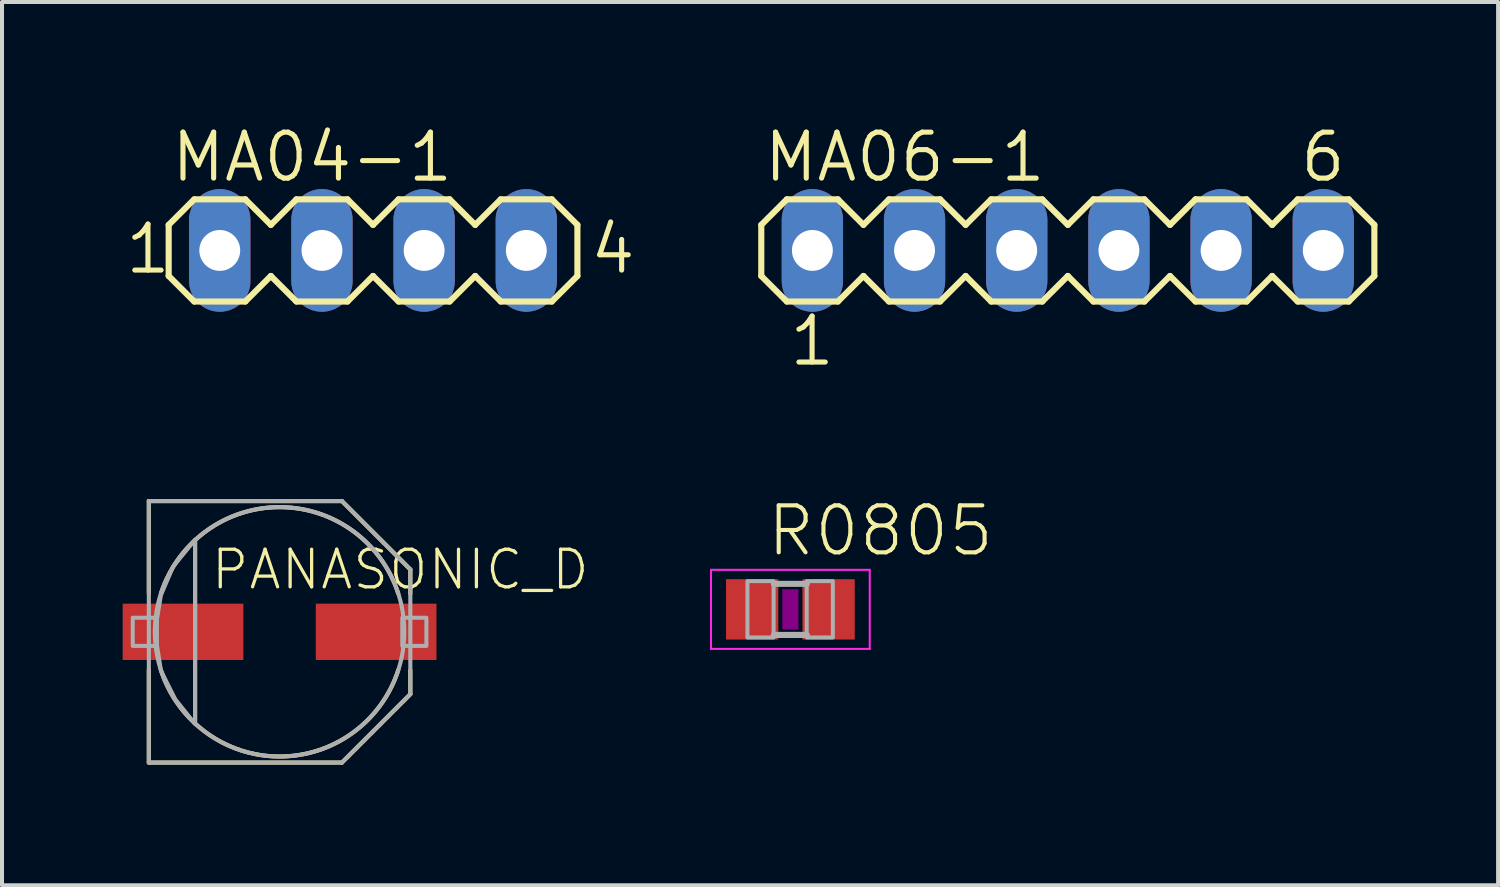
<source format=kicad_pcb>
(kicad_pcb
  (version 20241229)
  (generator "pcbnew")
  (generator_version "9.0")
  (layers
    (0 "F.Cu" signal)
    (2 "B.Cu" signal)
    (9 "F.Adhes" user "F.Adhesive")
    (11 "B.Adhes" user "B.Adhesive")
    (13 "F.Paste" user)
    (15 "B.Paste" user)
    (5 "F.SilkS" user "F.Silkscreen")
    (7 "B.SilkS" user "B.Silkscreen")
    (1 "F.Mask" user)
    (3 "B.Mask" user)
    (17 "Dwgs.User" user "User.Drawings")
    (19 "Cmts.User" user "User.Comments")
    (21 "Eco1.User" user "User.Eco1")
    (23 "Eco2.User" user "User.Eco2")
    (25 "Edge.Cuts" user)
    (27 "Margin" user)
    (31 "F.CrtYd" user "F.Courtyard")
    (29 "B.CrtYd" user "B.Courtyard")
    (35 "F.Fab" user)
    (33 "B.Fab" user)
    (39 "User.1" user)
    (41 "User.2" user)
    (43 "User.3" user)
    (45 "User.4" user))
  (footprint "MA06-1"
    (layer "F.Cu")
    (at 23.494 3.175)
    (property "Reference" "MA06-1" (at -7.62 -1.651 0) (layer "F.SilkS") (effects (font (size 1.143 1.143) (thickness 0.127)) (justify left bottom)))
    (fp_line (start -7.62 -0.635) (end -7.62 0.635) (stroke (width 0.152) (type solid)) (layer "F.SilkS"))
    (fp_line (start -7.62 0.635) (end -6.985 1.27) (stroke (width 0.152) (type solid)) (layer "F.SilkS"))
    (fp_line (start -6.985 -1.27) (end -7.62 -0.635) (stroke (width 0.152) (type solid)) (layer "F.SilkS"))
    (fp_line (start -6.985 -1.27) (end -5.715 -1.27) (stroke (width 0.152) (type solid)) (layer "F.SilkS"))
    (fp_line (start -5.715 -1.27) (end -5.08 -0.635) (stroke (width 0.152) (type solid)) (layer "F.SilkS"))
    (fp_line (start -5.715 1.27) (end -6.985 1.27) (stroke (width 0.152) (type solid)) (layer "F.SilkS"))
    (fp_line (start -5.08 -0.635) (end -4.445 -1.27) (stroke (width 0.152) (type solid)) (layer "F.SilkS"))
    (fp_line (start -5.08 0.635) (end -5.715 1.27) (stroke (width 0.152) (type solid)) (layer "F.SilkS"))
    (fp_line (start -4.445 -1.27) (end -3.175 -1.27) (stroke (width 0.152) (type solid)) (layer "F.SilkS"))
    (fp_line (start -4.445 1.27) (end -5.08 0.635) (stroke (width 0.152) (type solid)) (layer "F.SilkS"))
    (fp_line (start -3.175 -1.27) (end -2.54 -0.635) (stroke (width 0.152) (type solid)) (layer "F.SilkS"))
    (fp_line (start -3.175 1.27) (end -4.445 1.27) (stroke (width 0.152) (type solid)) (layer "F.SilkS"))
    (fp_line (start -2.54 -0.635) (end -1.905 -1.27) (stroke (width 0.152) (type solid)) (layer "F.SilkS"))
    (fp_line (start -2.54 0.635) (end -3.175 1.27) (stroke (width 0.152) (type solid)) (layer "F.SilkS"))
    (fp_line (start -1.905 -1.27) (end -0.635 -1.27) (stroke (width 0.152) (type solid)) (layer "F.SilkS"))
    (fp_line (start -1.905 1.27) (end -2.54 0.635) (stroke (width 0.152) (type solid)) (layer "F.SilkS"))
    (fp_line (start -0.635 -1.27) (end 0 -0.635) (stroke (width 0.152) (type solid)) (layer "F.SilkS"))
    (fp_line (start -0.635 1.27) (end -1.905 1.27) (stroke (width 0.152) (type solid)) (layer "F.SilkS"))
    (fp_line (start 0 0.635) (end -0.635 1.27) (stroke (width 0.152) (type solid)) (layer "F.SilkS"))
    (fp_line (start 0 0.635) (end 0.635 1.27) (stroke (width 0.152) (type solid)) (layer "F.SilkS"))
    (fp_line (start 0.635 -1.27) (end 0 -0.635) (stroke (width 0.152) (type solid)) (layer "F.SilkS"))
    (fp_line (start 0.635 -1.27) (end 1.905 -1.27) (stroke (width 0.152) (type solid)) (layer "F.SilkS"))
    (fp_line (start 1.905 -1.27) (end 2.54 -0.635) (stroke (width 0.152) (type solid)) (layer "F.SilkS"))
    (fp_line (start 1.905 1.27) (end 0.635 1.27) (stroke (width 0.152) (type solid)) (layer "F.SilkS"))
    (fp_line (start 2.54 -0.635) (end 3.175 -1.27) (stroke (width 0.152) (type solid)) (layer "F.SilkS"))
    (fp_line (start 2.54 0.635) (end 1.905 1.27) (stroke (width 0.152) (type solid)) (layer "F.SilkS"))
    (fp_line (start 3.175 -1.27) (end 4.445 -1.27) (stroke (width 0.152) (type solid)) (layer "F.SilkS"))
    (fp_line (start 3.175 1.27) (end 2.54 0.635) (stroke (width 0.152) (type solid)) (layer "F.SilkS"))
    (fp_line (start 4.445 -1.27) (end 5.08 -0.635) (stroke (width 0.152) (type solid)) (layer "F.SilkS"))
    (fp_line (start 4.445 1.27) (end 3.175 1.27) (stroke (width 0.152) (type solid)) (layer "F.SilkS"))
    (fp_line (start 5.08 -0.635) (end 5.715 -1.27) (stroke (width 0.152) (type solid)) (layer "F.SilkS"))
    (fp_line (start 5.08 0.635) (end 4.445 1.27) (stroke (width 0.152) (type solid)) (layer "F.SilkS"))
    (fp_line (start 5.715 -1.27) (end 6.985 -1.27) (stroke (width 0.152) (type solid)) (layer "F.SilkS"))
    (fp_line (start 5.715 1.27) (end 5.08 0.635) (stroke (width 0.152) (type solid)) (layer "F.SilkS"))
    (fp_line (start 6.985 -1.27) (end 7.62 -0.635) (stroke (width 0.152) (type solid)) (layer "F.SilkS"))
    (fp_line (start 6.985 1.27) (end 5.715 1.27) (stroke (width 0.152) (type solid)) (layer "F.SilkS"))
    (fp_line (start 7.62 -0.635) (end 7.62 0.635) (stroke (width 0.152) (type solid)) (layer "F.SilkS"))
    (fp_line (start 7.62 0.635) (end 6.985 1.27) (stroke (width 0.152) (type solid)) (layer "F.SilkS"))
    (fp_poly (pts (xy -6.604 0.254) (xy -6.096 0.254) (xy -6.096 -0.254) (xy -6.604 -0.254)) (stroke (width 0.1) (type solid)) (fill no) (layer "F.Fab"))
    (fp_poly (pts (xy -4.064 0.254) (xy -3.556 0.254) (xy -3.556 -0.254) (xy -4.064 -0.254)) (stroke (width 0.1) (type solid)) (fill no) (layer "F.Fab"))
    (fp_poly (pts (xy -1.524 0.254) (xy -1.016 0.254) (xy -1.016 -0.254) (xy -1.524 -0.254)) (stroke (width 0.1) (type solid)) (fill no) (layer "F.Fab"))
    (fp_poly (pts (xy 1.016 0.254) (xy 1.524 0.254) (xy 1.524 -0.254) (xy 1.016 -0.254)) (stroke (width 0.1) (type solid)) (fill no) (layer "F.Fab"))
    (fp_poly (pts (xy 3.556 0.254) (xy 4.064 0.254) (xy 4.064 -0.254) (xy 3.556 -0.254)) (stroke (width 0.1) (type solid)) (fill no) (layer "F.Fab"))
    (fp_poly (pts (xy 6.096 0.254) (xy 6.604 0.254) (xy 6.604 -0.254) (xy 6.096 -0.254)) (stroke (width 0.1) (type solid)) (fill no) (layer "F.Fab"))
    (fp_text user "1" (at -6.985 2.921 0) (layer "F.SilkS") (effects (font (size 1.143 1.143) (thickness 0.127)) (justify left bottom)))
    (fp_text user "6" (at 5.715 -1.651 0) (layer "F.SilkS") (effects (font (size 1.143 1.143) (thickness 0.127)) (justify left bottom)))
    (pad "1" thru_hole oval (at -6.35 0 90) (size 3.048 1.524) (drill 1.016) (layers "*.Cu" "*.Mask"))
    (pad "2" thru_hole oval (at -3.81 0 90) (size 3.048 1.524) (drill 1.016) (layers "*.Cu" "*.Mask"))
    (pad "3" thru_hole oval (at -1.27 0 90) (size 3.048 1.524) (drill 1.016) (layers "*.Cu" "*.Mask"))
    (pad "4" thru_hole oval (at 1.27 0 90) (size 3.048 1.524) (drill 1.016) (layers "*.Cu" "*.Mask"))
    (pad "5" thru_hole oval (at 3.81 0 90) (size 3.048 1.524) (drill 1.016) (layers "*.Cu" "*.Mask"))
    (pad "6" thru_hole oval (at 6.35 0 90) (size 3.048 1.524) (drill 1.016) (layers "*.Cu" "*.Mask")))
  (footprint "R0805"
    (layer "F.Cu")
    (at 16.597 12.098)
    (property "Reference" "R0805" (at -0.635 -1.27 0) (layer "F.SilkS") (effects (font (size 1.168 1.168) (thickness 0.102)) (justify left bottom)))
    (fp_poly (pts (xy -0.2 0.5) (xy 0.2 0.5) (xy 0.2 -0.5) (xy -0.2 -0.5)) (stroke (width 0) (type solid)) (fill yes) (layer "F.Adhes"))
    (fp_line (start -1.973 -0.983) (end 1.973 -0.983) (stroke (width 0.051) (type solid)) (layer "F.CrtYd"))
    (fp_line (start -1.973 0.983) (end -1.973 -0.983) (stroke (width 0.051) (type solid)) (layer "F.CrtYd"))
    (fp_line (start 1.973 -0.983) (end 1.973 0.983) (stroke (width 0.051) (type solid)) (layer "F.CrtYd"))
    (fp_line (start 1.973 0.983) (end -1.973 0.983) (stroke (width 0.051) (type solid)) (layer "F.CrtYd"))
    (fp_line (start -0.41 -0.635) (end 0.41 -0.635) (stroke (width 0.152) (type solid)) (layer "F.Fab"))
    (fp_line (start -0.41 0.635) (end 0.41 0.635) (stroke (width 0.152) (type solid)) (layer "F.Fab"))
    (fp_poly (pts (xy -1.067 0.699) (xy -0.417 0.699) (xy -0.417 -0.702) (xy -1.067 -0.702)) (stroke (width 0.1) (type solid)) (fill no) (layer "F.Fab"))
    (fp_poly (pts (xy 0.406 0.699) (xy 1.056 0.699) (xy 1.056 -0.702) (xy 0.406 -0.702)) (stroke (width 0.1) (type solid)) (fill no) (layer "F.Fab"))
    (pad "1" smd rect (at -0.95 0) (size 1.3 1.5) (layers "F.Cu" "F.Mask" "F.Paste"))
    (pad "2" smd rect (at 0.95 0) (size 1.3 1.5) (layers "F.Cu" "F.Mask" "F.Paste")))
  (footprint "MA04-1"
    (layer "F.Cu")
    (at 6.223 3.175)
    (property "Reference" "MA04-1" (at -5.08 -1.651 0) (layer "F.SilkS") (effects (font (size 1.143 1.143) (thickness 0.127)) (justify left bottom)))
    (fp_line (start -5.08 -0.635) (end -5.08 0.635) (stroke (width 0.152) (type solid)) (layer "F.SilkS"))
    (fp_line (start -5.08 0.635) (end -4.445 1.27) (stroke (width 0.152) (type solid)) (layer "F.SilkS"))
    (fp_line (start -4.445 -1.27) (end -5.08 -0.635) (stroke (width 0.152) (type solid)) (layer "F.SilkS"))
    (fp_line (start -4.445 -1.27) (end -3.175 -1.27) (stroke (width 0.152) (type solid)) (layer "F.SilkS"))
    (fp_line (start -3.175 -1.27) (end -2.54 -0.635) (stroke (width 0.152) (type solid)) (layer "F.SilkS"))
    (fp_line (start -3.175 1.27) (end -4.445 1.27) (stroke (width 0.152) (type solid)) (layer "F.SilkS"))
    (fp_line (start -2.54 -0.635) (end -1.905 -1.27) (stroke (width 0.152) (type solid)) (layer "F.SilkS"))
    (fp_line (start -2.54 0.635) (end -3.175 1.27) (stroke (width 0.152) (type solid)) (layer "F.SilkS"))
    (fp_line (start -1.905 -1.27) (end -0.635 -1.27) (stroke (width 0.152) (type solid)) (layer "F.SilkS"))
    (fp_line (start -1.905 1.27) (end -2.54 0.635) (stroke (width 0.152) (type solid)) (layer "F.SilkS"))
    (fp_line (start -0.635 -1.27) (end 0 -0.635) (stroke (width 0.152) (type solid)) (layer "F.SilkS"))
    (fp_line (start -0.635 1.27) (end -1.905 1.27) (stroke (width 0.152) (type solid)) (layer "F.SilkS"))
    (fp_line (start 0 -0.635) (end 0.635 -1.27) (stroke (width 0.152) (type solid)) (layer "F.SilkS"))
    (fp_line (start 0 0.635) (end -0.635 1.27) (stroke (width 0.152) (type solid)) (layer "F.SilkS"))
    (fp_line (start 0.635 -1.27) (end 1.905 -1.27) (stroke (width 0.152) (type solid)) (layer "F.SilkS"))
    (fp_line (start 0.635 1.27) (end 0 0.635) (stroke (width 0.152) (type solid)) (layer "F.SilkS"))
    (fp_line (start 1.905 -1.27) (end 2.54 -0.635) (stroke (width 0.152) (type solid)) (layer "F.SilkS"))
    (fp_line (start 1.905 1.27) (end 0.635 1.27) (stroke (width 0.152) (type solid)) (layer "F.SilkS"))
    (fp_line (start 2.54 0.635) (end 1.905 1.27) (stroke (width 0.152) (type solid)) (layer "F.SilkS"))
    (fp_line (start 2.54 0.635) (end 3.175 1.27) (stroke (width 0.152) (type solid)) (layer "F.SilkS"))
    (fp_line (start 3.175 -1.27) (end 2.54 -0.635) (stroke (width 0.152) (type solid)) (layer "F.SilkS"))
    (fp_line (start 3.175 -1.27) (end 4.445 -1.27) (stroke (width 0.152) (type solid)) (layer "F.SilkS"))
    (fp_line (start 4.445 -1.27) (end 5.08 -0.635) (stroke (width 0.152) (type solid)) (layer "F.SilkS"))
    (fp_line (start 4.445 1.27) (end 3.175 1.27) (stroke (width 0.152) (type solid)) (layer "F.SilkS"))
    (fp_line (start 5.08 -0.635) (end 5.08 0.635) (stroke (width 0.152) (type solid)) (layer "F.SilkS"))
    (fp_line (start 5.08 0.635) (end 4.445 1.27) (stroke (width 0.152) (type solid)) (layer "F.SilkS"))
    (fp_poly (pts (xy -4.064 0.254) (xy -3.556 0.254) (xy -3.556 -0.254) (xy -4.064 -0.254)) (stroke (width 0.1) (type solid)) (fill no) (layer "F.Fab"))
    (fp_poly (pts (xy -1.524 0.254) (xy -1.016 0.254) (xy -1.016 -0.254) (xy -1.524 -0.254)) (stroke (width 0.1) (type solid)) (fill no) (layer "F.Fab"))
    (fp_poly (pts (xy 1.016 0.254) (xy 1.524 0.254) (xy 1.524 -0.254) (xy 1.016 -0.254)) (stroke (width 0.1) (type solid)) (fill no) (layer "F.Fab"))
    (fp_poly (pts (xy 3.556 0.254) (xy 4.064 0.254) (xy 4.064 -0.254) (xy 3.556 -0.254)) (stroke (width 0.1) (type solid)) (fill no) (layer "F.Fab"))
    (fp_text user "1" (at -6.223 0.635 0) (layer "F.SilkS") (effects (font (size 1.143 1.143) (thickness 0.127)) (justify left bottom)))
    (fp_text user "4" (at 5.334 0.635 0) (layer "F.SilkS") (effects (font (size 1.143 1.143) (thickness 0.127)) (justify left bottom)))
    (pad "1" thru_hole oval (at -3.81 0 90) (size 3.048 1.524) (drill 1.016) (layers "*.Cu" "*.Mask"))
    (pad "2" thru_hole oval (at -1.27 0 90) (size 3.048 1.524) (drill 1.016) (layers "*.Cu" "*.Mask"))
    (pad "3" thru_hole oval (at 1.27 0 90) (size 3.048 1.524) (drill 1.016) (layers "*.Cu" "*.Mask"))
    (pad "4" thru_hole oval (at 3.81 0 90) (size 3.048 1.524) (drill 1.016) (layers "*.Cu" "*.Mask")))
  (footprint "PANASONIC_D"
    (layer "F.Cu")
    (at 3.9 12.656)
    (property "Reference" "PANASONIC_D" (at -1.75 -1 0) (layer "F.SilkS") (effects (font (size 0.935 0.935) (thickness 0.081)) (justify left bottom)))
    (fp_line (start -3.25 -3.25) (end 1.55 -3.25) (stroke (width 0.102) (type solid)) (layer "F.SilkS"))
    (fp_line (start -3.25 -0.95) (end -3.25 -3.25) (stroke (width 0.102) (type solid)) (layer "F.SilkS"))
    (fp_line (start -3.25 3.25) (end -3.25 0.95) (stroke (width 0.102) (type solid)) (layer "F.SilkS"))
    (fp_line (start 1.55 -3.25) (end 3.25 -1.55) (stroke (width 0.102) (type solid)) (layer "F.SilkS"))
    (fp_line (start 1.55 3.25) (end -3.25 3.25) (stroke (width 0.102) (type solid)) (layer "F.SilkS"))
    (fp_line (start 3.25 -1.55) (end 3.25 -0.95) (stroke (width 0.102) (type solid)) (layer "F.SilkS"))
    (fp_line (start 3.25 0.95) (end 3.25 1.55) (stroke (width 0.102) (type solid)) (layer "F.SilkS"))
    (fp_line (start 3.25 1.55) (end 1.55 3.25) (stroke (width 0.102) (type solid)) (layer "F.SilkS"))
    (fp_arc (start -2.95 -0.95) (mid 0 -3.099193) (end 2.95 -0.95) (stroke (width 0.1016) (type solid)) (layer "F.SilkS"))
    (fp_arc (start 2.95 0.95) (mid 0 3.099193) (end -2.95 0.95) (stroke (width 0.1016) (type solid)) (layer "F.SilkS"))
    (fp_line (start -3.25 -3.25) (end 1.55 -3.25) (stroke (width 0.102) (type solid)) (layer "F.Fab"))
    (fp_line (start -3.25 3.25) (end -3.25 -3.25) (stroke (width 0.102) (type solid)) (layer "F.Fab"))
    (fp_line (start -2.1 -2.25) (end -2.1 2.2) (stroke (width 0.102) (type solid)) (layer "F.Fab"))
    (fp_line (start 1.55 -3.25) (end 3.25 -1.55) (stroke (width 0.102) (type solid)) (layer "F.Fab"))
    (fp_line (start 1.55 3.25) (end -3.25 3.25) (stroke (width 0.102) (type solid)) (layer "F.Fab"))
    (fp_line (start 3.25 -1.55) (end 3.25 1.55) (stroke (width 0.102) (type solid)) (layer "F.Fab"))
    (fp_line (start 3.25 1.55) (end 1.55 3.25) (stroke (width 0.102) (type solid)) (layer "F.Fab"))
    (fp_circle (center 0 0) (end 3.1 0) (stroke (width 0.102) (type solid)) (fill no) (layer "F.Fab"))
    (fp_poly (pts (xy -3.65 0.35) (xy -3.05 0.35) (xy -3.05 -0.35) (xy -3.65 -0.35)) (stroke (width 0.1) (type solid)) (fill no) (layer "F.Fab"))
    (fp_poly (pts (xy 3.05 0.35) (xy 3.65 0.35) (xy 3.65 -0.35) (xy 3.05 -0.35)) (stroke (width 0.1) (type solid)) (fill no) (layer "F.Fab"))
    (fp_poly (pts (xy -2.099 2.295) (xy -2.593 1.678) (xy -2.949 0.966) (xy -3.101 -0.00022) (xy -2.949 -0.914) (xy -2.644 -1.627) (xy -2.099 -2.292)) (stroke (width 0.1) (type solid)) (fill no) (layer "F.Fab"))
    (pad "+" smd rect (at 2.4 0) (size 3 1.4) (layers "F.Cu" "F.Mask" "F.Paste"))
    (pad "-" smd rect (at -2.4 0) (size 3 1.4) (layers "F.Cu" "F.Mask" "F.Paste")))
  (gr_rect
    (start -3 -3)
    (end 34.19 18.957)
    (stroke (width 0.1) (type default))
    (fill no)
    (layer "Edge.Cuts")))
</source>
